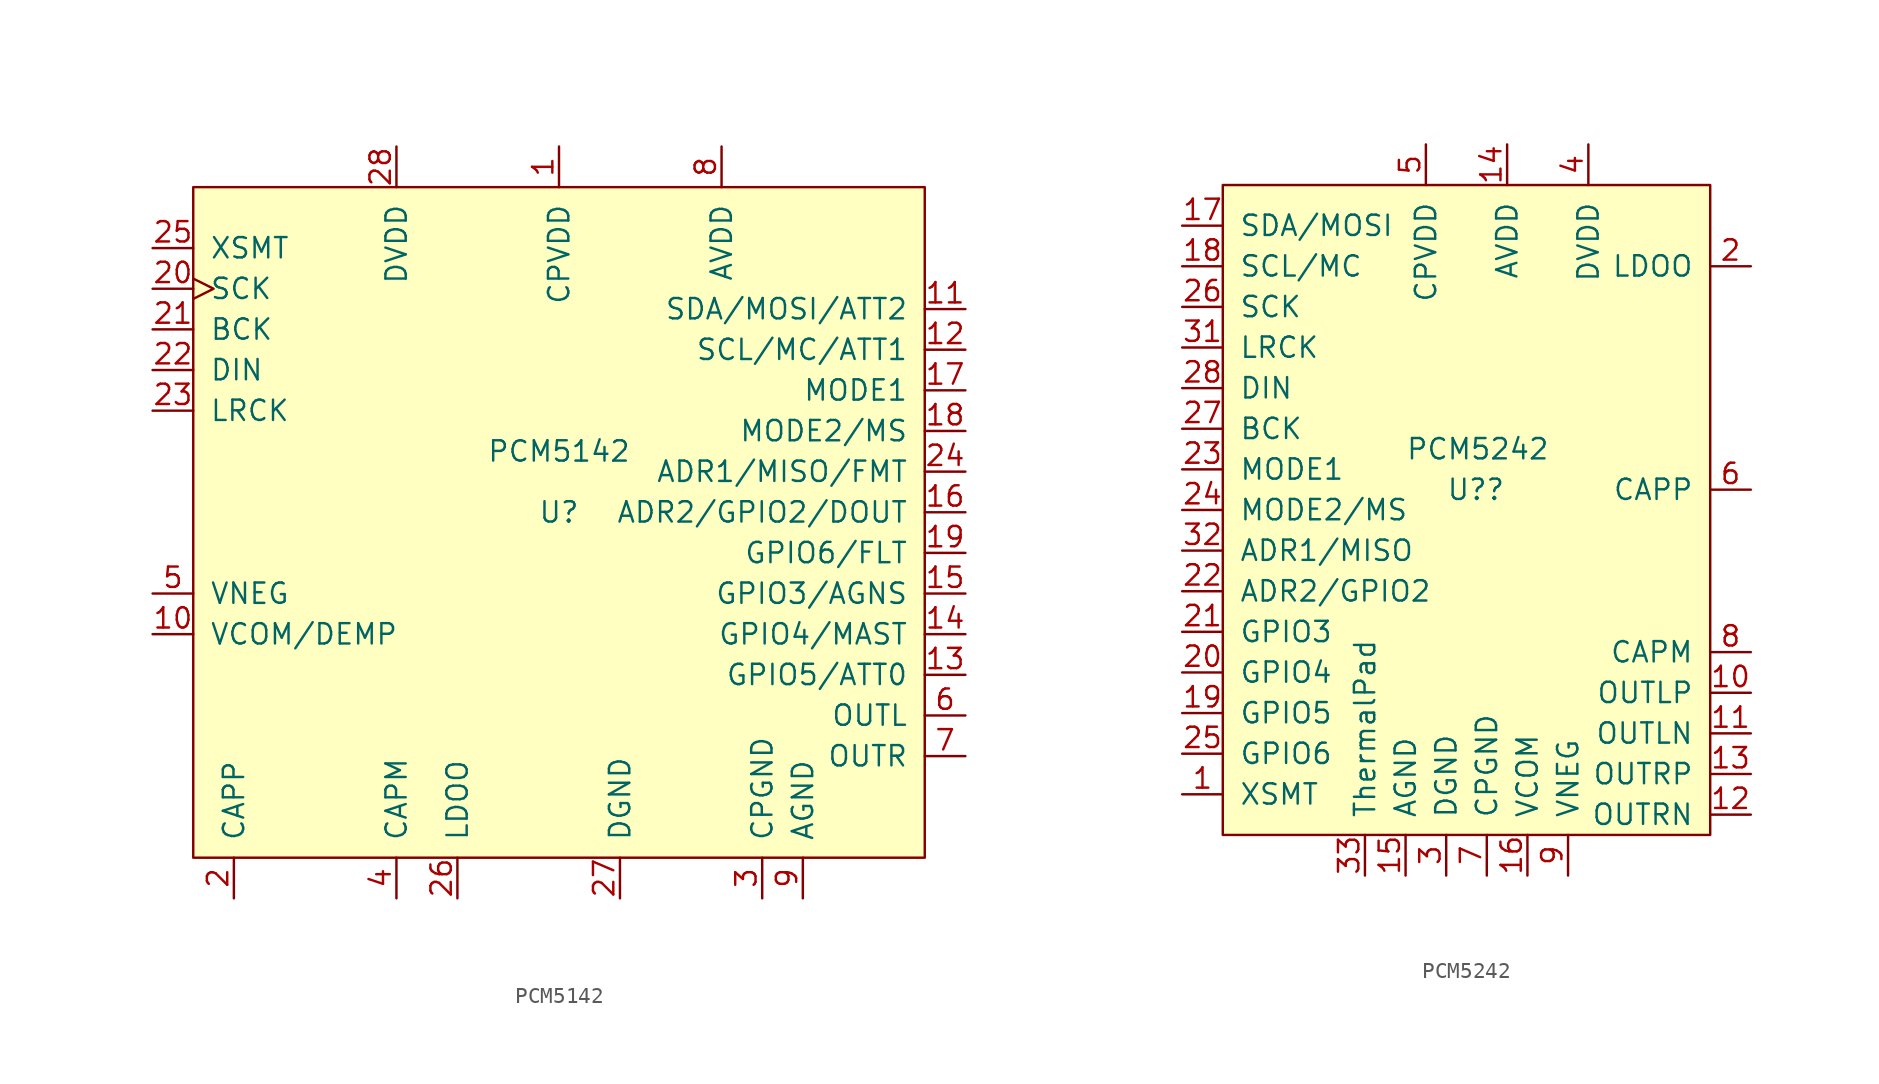
<source format=kicad_sym>
(kicad_symbol_lib
  (version 20211014)
  (generator kicad_symbol_editor)
  (symbol "PCM5142"
    (pin_names
      (offset 1.016))
    (property "Reference" "U"
      (at 0 0 0)
      (effects (font (size 1.27 1.27))))
    (property "Value" "PCM5142"
      (at 0 3.81 0)
      (effects (font (size 1.27 1.27))))
    (symbol "PCM5142_0_0"
      (pin power_in line (at 0 22.86 270) (length 2.54) (name "CPVDD" (effects (font (size 1.27 1.27)))) (number "1" (effects (font (size 1.27 1.27)))))
      (pin bidirectional line (at -25.4 -7.62 0) (length 2.54) (name "VCOM/DEMP" (effects (font (size 1.27 1.27)))) (number "10" (effects (font (size 1.27 1.27)))))
      (pin bidirectional line (at 25.4 12.7 180) (length 2.54) (name "SDA/MOSI/ATT2" (effects (font (size 1.27 1.27)))) (number "11" (effects (font (size 1.27 1.27)))))
      (pin input line (at 25.4 10.16 180) (length 2.54) (name "SCL/MC/ATT1" (effects (font (size 1.27 1.27)))) (number "12" (effects (font (size 1.27 1.27)))))
      (pin bidirectional line (at 25.4 -10.16 180) (length 2.54) (name "GPIO5/ATT0" (effects (font (size 1.27 1.27)))) (number "13" (effects (font (size 1.27 1.27)))))
      (pin bidirectional line (at 25.4 -7.62 180) (length 2.54) (name "GPIO4/MAST" (effects (font (size 1.27 1.27)))) (number "14" (effects (font (size 1.27 1.27)))))
      (pin bidirectional line (at 25.4 -5.08 180) (length 2.54) (name "GPIO3/AGNS" (effects (font (size 1.27 1.27)))) (number "15" (effects (font (size 1.27 1.27)))))
      (pin bidirectional line (at 25.4 0 180) (length 2.54) (name "ADR2/GPIO2/DOUT" (effects (font (size 1.27 1.27)))) (number "16" (effects (font (size 1.27 1.27)))))
      (pin input line (at 25.4 7.62 180) (length 2.54) (name "MODE1" (effects (font (size 1.27 1.27)))) (number "17" (effects (font (size 1.27 1.27)))))
      (pin input line (at 25.4 5.08 180) (length 2.54) (name "MODE2/MS" (effects (font (size 1.27 1.27)))) (number "18" (effects (font (size 1.27 1.27)))))
      (pin bidirectional line (at 25.4 -2.54 180) (length 2.54) (name "GPIO6/FLT" (effects (font (size 1.27 1.27)))) (number "19" (effects (font (size 1.27 1.27)))))
      (pin output line (at -20.32 -24.13 90) (length 2.54) (name "CAPP" (effects (font (size 1.27 1.27)))) (number "2" (effects (font (size 1.27 1.27)))))
      (pin input clock (at -25.4 13.97 0) (length 2.54) (name "SCK" (effects (font (size 1.27 1.27)))) (number "20" (effects (font (size 1.27 1.27)))))
      (pin input line (at -25.4 11.43 0) (length 2.54) (name "BCK" (effects (font (size 1.27 1.27)))) (number "21" (effects (font (size 1.27 1.27)))))
      (pin input line (at -25.4 8.89 0) (length 2.54) (name "DIN" (effects (font (size 1.27 1.27)))) (number "22" (effects (font (size 1.27 1.27)))))
      (pin input line (at -25.4 6.35 0) (length 2.54) (name "LRCK" (effects (font (size 1.27 1.27)))) (number "23" (effects (font (size 1.27 1.27)))))
      (pin bidirectional line (at 25.4 2.54 180) (length 2.54) (name "ADR1/MISO/FMT" (effects (font (size 1.27 1.27)))) (number "24" (effects (font (size 1.27 1.27)))))
      (pin input line (at -25.4 16.51 0) (length 2.54) (name "XSMT" (effects (font (size 1.27 1.27)))) (number "25" (effects (font (size 1.27 1.27)))))
      (pin power_in line (at -6.35 -24.13 90) (length 2.54) (name "LDOO" (effects (font (size 1.27 1.27)))) (number "26" (effects (font (size 1.27 1.27)))))
      (pin power_in line (at 3.81 -24.13 90) (length 2.54) (name "DGND" (effects (font (size 1.27 1.27)))) (number "27" (effects (font (size 1.27 1.27)))))
      (pin power_in line (at -10.16 22.86 270) (length 2.54) (name "DVDD" (effects (font (size 1.27 1.27)))) (number "28" (effects (font (size 1.27 1.27)))))
      (pin power_in line (at 12.7 -24.13 90) (length 2.54) (name "CPGND" (effects (font (size 1.27 1.27)))) (number "3" (effects (font (size 1.27 1.27)))))
      (pin output line (at -10.16 -24.13 90) (length 2.54) (name "CAPM" (effects (font (size 1.27 1.27)))) (number "4" (effects (font (size 1.27 1.27)))))
      (pin output line (at -25.4 -5.08 0) (length 2.54) (name "VNEG" (effects (font (size 1.27 1.27)))) (number "5" (effects (font (size 1.27 1.27)))))
      (pin output line (at 25.4 -12.7 180) (length 2.54) (name "OUTL" (effects (font (size 1.27 1.27)))) (number "6" (effects (font (size 1.27 1.27)))))
      (pin output line (at 25.4 -15.24 180) (length 2.54) (name "OUTR" (effects (font (size 1.27 1.27)))) (number "7" (effects (font (size 1.27 1.27)))))
      (pin power_in line (at 10.16 22.86 270) (length 2.54) (name "AVDD" (effects (font (size 1.27 1.27)))) (number "8" (effects (font (size 1.27 1.27)))))
      (pin power_in line (at 15.24 -24.13 90) (length 2.54) (name "AGND" (effects (font (size 1.27 1.27)))) (number "9" (effects (font (size 1.27 1.27))))))
    (symbol "PCM5142_0_1"
      (rectangle (start 22.86 20.32) (end -22.86 -21.59) (stroke (width 0) (type default) (color 0 0 0 0)) (fill (type background)))))
  (symbol "PCM5242"
    (pin_names
      (offset 1.016))
    (property "Reference" "U?"
      (at -1.27 1.27 0)
      (effects (font (size 1.27 1.27)) (justify left)))
    (property "Value" "PCM5242"
      (at -3.81 3.81 0)
      (effects (font (size 1.27 1.27)) (justify left)))
    (symbol "PCM5242_0_1"
      (rectangle (start 15.24 20.32) (end -15.24 -20.32) (stroke (width 0) (type default) (color 0 0 0 0)) (fill (type background))))
    (symbol "PCM5242_1_1"
      (pin input line (at -17.78 -17.78 0) (length 2.54) (name "XSMT" (effects (font (size 1.27 1.27)))) (number "1" (effects (font (size 1.27 1.27)))))
      (pin output line (at 17.78 -11.43 180) (length 2.54) (name "OUTLP" (effects (font (size 1.27 1.27)))) (number "10" (effects (font (size 1.27 1.27)))))
      (pin output line (at 17.78 -13.97 180) (length 2.54) (name "OUTLN" (effects (font (size 1.27 1.27)))) (number "11" (effects (font (size 1.27 1.27)))))
      (pin output line (at 17.78 -19.05 180) (length 2.54) (name "OUTRN" (effects (font (size 1.27 1.27)))) (number "12" (effects (font (size 1.27 1.27)))))
      (pin output line (at 17.78 -16.51 180) (length 2.54) (name "OUTRP" (effects (font (size 1.27 1.27)))) (number "13" (effects (font (size 1.27 1.27)))))
      (pin power_in line (at 2.54 22.86 270) (length 2.54) (name "AVDD" (effects (font (size 1.27 1.27)))) (number "14" (effects (font (size 1.27 1.27)))))
      (pin power_in line (at -3.81 -22.86 90) (length 2.54) (name "AGND" (effects (font (size 1.27 1.27)))) (number "15" (effects (font (size 1.27 1.27)))))
      (pin output line (at 3.81 -22.86 90) (length 2.54) (name "VCOM" (effects (font (size 1.27 1.27)))) (number "16" (effects (font (size 1.27 1.27)))))
      (pin bidirectional line (at -17.78 17.78 0) (length 2.54) (name "SDA/MOSI" (effects (font (size 1.27 1.27)))) (number "17" (effects (font (size 1.27 1.27)))))
      (pin input line (at -17.78 15.24 0) (length 2.54) (name "SCL/MC" (effects (font (size 1.27 1.27)))) (number "18" (effects (font (size 1.27 1.27)))))
      (pin bidirectional line (at -17.78 -12.7 0) (length 2.54) (name "GPIO5" (effects (font (size 1.27 1.27)))) (number "19" (effects (font (size 1.27 1.27)))))
      (pin power_out line (at 17.78 15.24 180) (length 2.54) (name "LDOO" (effects (font (size 1.27 1.27)))) (number "2" (effects (font (size 1.27 1.27)))))
      (pin bidirectional line (at -17.78 -10.16 0) (length 2.54) (name "GPIO4" (effects (font (size 1.27 1.27)))) (number "20" (effects (font (size 1.27 1.27)))))
      (pin bidirectional line (at -17.78 -7.62 0) (length 2.54) (name "GPIO3" (effects (font (size 1.27 1.27)))) (number "21" (effects (font (size 1.27 1.27)))))
      (pin bidirectional line (at -17.78 -5.08 0) (length 2.54) (name "ADR2/GPIO2" (effects (font (size 1.27 1.27)))) (number "22" (effects (font (size 1.27 1.27)))))
      (pin input line (at -17.78 2.54 0) (length 2.54) (name "MODE1" (effects (font (size 1.27 1.27)))) (number "23" (effects (font (size 1.27 1.27)))))
      (pin unspecified line (at -17.78 0 0) (length 2.54) (name "MODE2/MS" (effects (font (size 1.27 1.27)))) (number "24" (effects (font (size 1.27 1.27)))))
      (pin bidirectional line (at -17.78 -15.24 0) (length 2.54) (name "GPIO6" (effects (font (size 1.27 1.27)))) (number "25" (effects (font (size 1.27 1.27)))))
      (pin input line (at -17.78 12.7 0) (length 2.54) (name "SCK" (effects (font (size 1.27 1.27)))) (number "26" (effects (font (size 1.27 1.27)))))
      (pin bidirectional line (at -17.78 5.08 0) (length 2.54) (name "BCK" (effects (font (size 1.27 1.27)))) (number "27" (effects (font (size 1.27 1.27)))))
      (pin bidirectional line (at -17.78 7.62 0) (length 2.54) (name "DIN" (effects (font (size 1.27 1.27)))) (number "28" (effects (font (size 1.27 1.27)))))
      (pin no_connect line (at 17.78 -2.54 180) (length 2.54) hide (name "NC" (effects (font (size 1.27 1.27)))) (number "29" (effects (font (size 1.27 1.27)))))
      (pin power_in line (at -1.27 -22.86 90) (length 2.54) (name "DGND" (effects (font (size 1.27 1.27)))) (number "3" (effects (font (size 1.27 1.27)))))
      (pin no_connect line (at 17.78 -5.08 180) (length 2.54) hide (name "NC" (effects (font (size 1.27 1.27)))) (number "30" (effects (font (size 1.27 1.27)))))
      (pin bidirectional line (at -17.78 10.16 0) (length 2.54) (name "LRCK" (effects (font (size 1.27 1.27)))) (number "31" (effects (font (size 1.27 1.27)))))
      (pin bidirectional line (at -17.78 -2.54 0) (length 2.54) (name "ADR1/MISO" (effects (font (size 1.27 1.27)))) (number "32" (effects (font (size 1.27 1.27)))))
      (pin power_in line (at -6.35 -22.86 90) (length 2.54) (name "ThermalPad" (effects (font (size 1.27 1.27)))) (number "33" (effects (font (size 1.27 1.27)))))
      (pin power_in line (at 7.62 22.86 270) (length 2.54) (name "DVDD" (effects (font (size 1.27 1.27)))) (number "4" (effects (font (size 1.27 1.27)))))
      (pin power_in line (at -2.54 22.86 270) (length 2.54) (name "CPVDD" (effects (font (size 1.27 1.27)))) (number "5" (effects (font (size 1.27 1.27)))))
      (pin output line (at 17.78 1.27 180) (length 2.54) (name "CAPP" (effects (font (size 1.27 1.27)))) (number "6" (effects (font (size 1.27 1.27)))))
      (pin power_out line (at 1.27 -22.86 90) (length 2.54) (name "CPGND" (effects (font (size 1.27 1.27)))) (number "7" (effects (font (size 1.27 1.27)))))
      (pin output line (at 17.78 -8.89 180) (length 2.54) (name "CAPM" (effects (font (size 1.27 1.27)))) (number "8" (effects (font (size 1.27 1.27)))))
      (pin output line (at 6.35 -22.86 90) (length 2.54) (name "VNEG" (effects (font (size 1.27 1.27)))) (number "9" (effects (font (size 1.27 1.27))))))))
</source>
